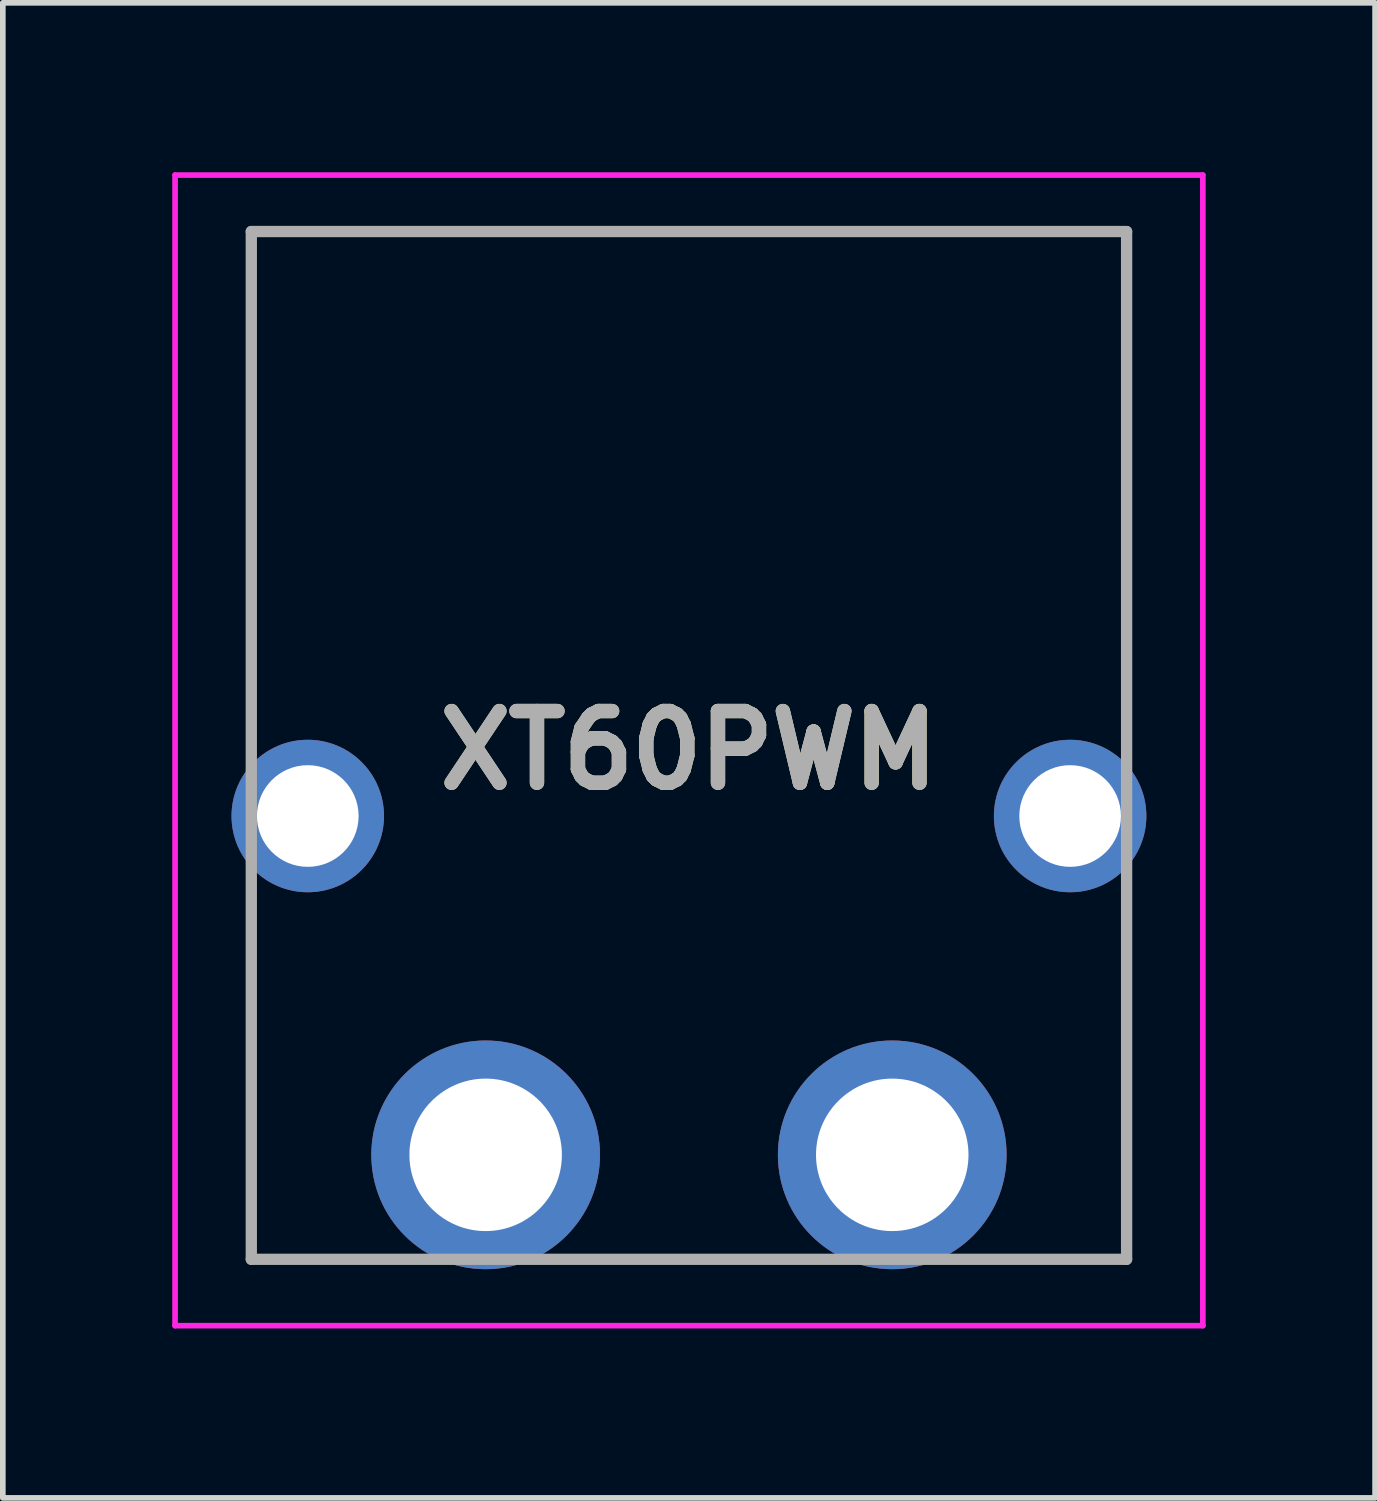
<source format=kicad_pcb>
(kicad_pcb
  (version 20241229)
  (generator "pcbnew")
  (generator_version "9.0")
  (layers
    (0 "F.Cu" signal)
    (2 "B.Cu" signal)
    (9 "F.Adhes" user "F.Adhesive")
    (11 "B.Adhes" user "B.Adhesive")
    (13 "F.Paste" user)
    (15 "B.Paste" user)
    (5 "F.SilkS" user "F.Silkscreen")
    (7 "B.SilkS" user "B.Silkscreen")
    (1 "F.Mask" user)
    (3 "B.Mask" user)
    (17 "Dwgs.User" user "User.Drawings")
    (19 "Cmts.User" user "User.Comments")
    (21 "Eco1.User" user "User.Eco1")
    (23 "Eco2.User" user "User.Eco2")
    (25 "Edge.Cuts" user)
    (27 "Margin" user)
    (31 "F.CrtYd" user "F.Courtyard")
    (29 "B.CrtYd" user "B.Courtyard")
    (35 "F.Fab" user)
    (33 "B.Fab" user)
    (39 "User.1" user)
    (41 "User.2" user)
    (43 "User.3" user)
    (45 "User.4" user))
  (footprint "XT60PWM"
    (layer "F.Cu")
    (at 9.15 17.4)
    (property "Reference" "XT60PWM" (at 0 -7.163 0) (layer "F.SilkS") (effects (font (size 1.27 1.27) (thickness 0.254))))
    (attr through_hole)
    (fp_line (start -7.75 -16.35) (end 7.75 -16.35) (stroke (width 0.1) (type solid)) (layer "F.SilkS"))
    (fp_line (start -7.75 -7) (end -7.75 -16.35) (stroke (width 0.1) (type solid)) (layer "F.SilkS"))
    (fp_line (start -7.75 -3) (end -7.75 1.85) (stroke (width 0.1) (type solid)) (layer "F.SilkS"))
    (fp_line (start -7.75 1.85) (end -5.6 1.85) (stroke (width 0.1) (type solid)) (layer "F.SilkS"))
    (fp_line (start 5.4 1.85) (end 7.75 1.85) (stroke (width 0.1) (type solid)) (layer "F.SilkS"))
    (fp_line (start 7.75 -16.35) (end 7.75 -7) (stroke (width 0.1) (type solid)) (layer "F.SilkS"))
    (fp_line (start 7.75 1.85) (end 7.75 -3) (stroke (width 0.1) (type solid)) (layer "F.SilkS"))
    (fp_line (start -9.1 -17.35) (end 9.1 -17.35) (stroke (width 0.1) (type solid)) (layer "F.CrtYd"))
    (fp_line (start -9.1 3.025) (end -9.1 -17.35) (stroke (width 0.1) (type solid)) (layer "F.CrtYd"))
    (fp_line (start 9.1 -17.35) (end 9.1 3.025) (stroke (width 0.1) (type solid)) (layer "F.CrtYd"))
    (fp_line (start 9.1 3.025) (end -9.1 3.025) (stroke (width 0.1) (type solid)) (layer "F.CrtYd"))
    (fp_line (start -7.75 -16.35) (end 7.75 -16.35) (stroke (width 0.2) (type solid)) (layer "F.Fab"))
    (fp_line (start -7.75 1.85) (end -7.75 -16.35) (stroke (width 0.2) (type solid)) (layer "F.Fab"))
    (fp_line (start 7.75 -16.35) (end 7.75 1.85) (stroke (width 0.2) (type solid)) (layer "F.Fab"))
    (fp_line (start 7.75 1.85) (end -7.75 1.85) (stroke (width 0.2) (type solid)) (layer "F.Fab"))
    (fp_text user "${REFERENCE}" (at 0 -7.163 0) (layer "F.Fab") (effects (font (size 1.27 1.27) (thickness 0.254))))
    (pad "1" thru_hole circle (at -3.6 0) (size 4.05 4.05) (drill 2.7) (layers "*.Cu" "*.Mask"))
    (pad "2" thru_hole circle (at 3.6 0) (size 4.05 4.05) (drill 2.7) (layers "*.Cu" "*.Mask"))
    (pad "3" thru_hole circle (at 6.75 -6) (size 2.7 2.7) (drill 1.8) (layers "*.Cu" "*.Mask"))
    (pad "4" thru_hole circle (at -6.75 -6) (size 2.7 2.7) (drill 1.8) (layers "*.Cu" "*.Mask")))
  (gr_rect
    (start -3 -3)
    (end 21.3 23.475)
    (stroke (width 0.1) (type default))
    (fill no)
    (layer "Edge.Cuts")))
</source>
